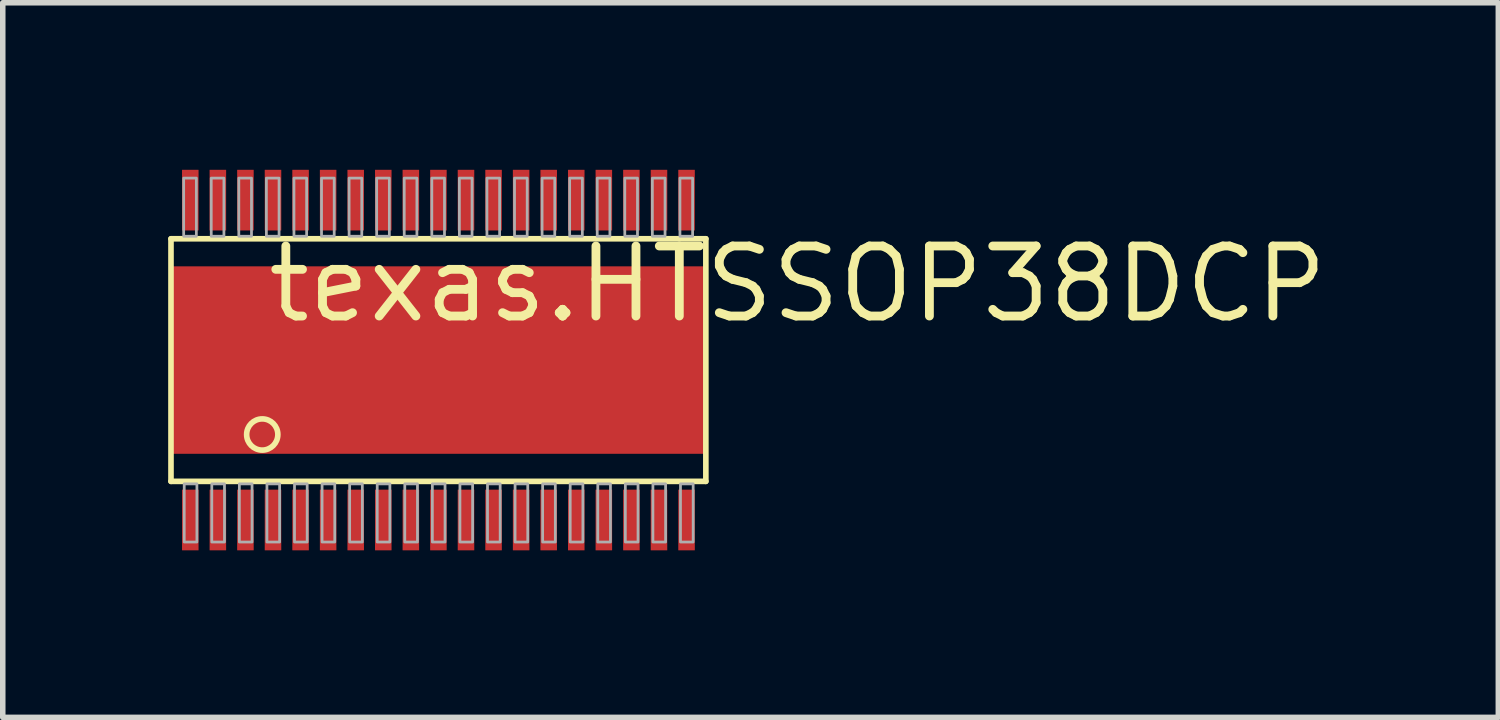
<source format=kicad_pcb>
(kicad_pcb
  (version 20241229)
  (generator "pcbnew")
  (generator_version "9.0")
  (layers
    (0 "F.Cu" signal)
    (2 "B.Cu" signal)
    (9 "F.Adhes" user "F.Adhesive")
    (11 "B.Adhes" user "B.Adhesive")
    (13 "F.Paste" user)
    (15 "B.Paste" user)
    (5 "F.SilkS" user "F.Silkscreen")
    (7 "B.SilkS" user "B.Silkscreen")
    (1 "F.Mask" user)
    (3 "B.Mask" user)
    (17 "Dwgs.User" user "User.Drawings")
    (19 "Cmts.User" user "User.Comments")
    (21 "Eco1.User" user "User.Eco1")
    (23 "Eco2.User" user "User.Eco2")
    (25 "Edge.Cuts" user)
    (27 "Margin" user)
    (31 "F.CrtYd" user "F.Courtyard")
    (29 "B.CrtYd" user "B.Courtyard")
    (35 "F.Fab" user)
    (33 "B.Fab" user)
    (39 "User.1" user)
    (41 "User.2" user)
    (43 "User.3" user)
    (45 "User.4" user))
  (footprint "texas.HTSSOP38DCP"
    (layer "F.Cu")
    (at 4.901 3.48)
    (property "Reference" "texas.HTSSOP38DCP" (at -3.175 -0.635 0) (layer "F.SilkS") (effects (font (size 1.27 1.27) (thickness 0.16)) (justify left bottom)))
    (attr smd)
    (fp_rect (start -4.85 1.7) (end 4.85 -1.7) (stroke (width 0.05) (type default)) (fill yes) (layer "F.Mask"))
    (fp_rect (start -4.655 -2.345) (end -4.345 -3.455) (stroke (width 0.05) (type default)) (fill yes) (layer "F.Mask"))
    (fp_rect (start -4.655 3.455) (end -4.345 2.345) (stroke (width 0.05) (type default)) (fill yes) (layer "F.Mask"))
    (fp_rect (start -4.155 -2.345) (end -3.845 -3.455) (stroke (width 0.05) (type default)) (fill yes) (layer "F.Mask"))
    (fp_rect (start -4.155 3.455) (end -3.845 2.345) (stroke (width 0.05) (type default)) (fill yes) (layer "F.Mask"))
    (fp_rect (start -3.655 -2.345) (end -3.345 -3.455) (stroke (width 0.05) (type default)) (fill yes) (layer "F.Mask"))
    (fp_rect (start -3.655 3.455) (end -3.345 2.345) (stroke (width 0.05) (type default)) (fill yes) (layer "F.Mask"))
    (fp_rect (start -3.155 -2.345) (end -2.845 -3.455) (stroke (width 0.05) (type default)) (fill yes) (layer "F.Mask"))
    (fp_rect (start -3.155 3.455) (end -2.845 2.345) (stroke (width 0.05) (type default)) (fill yes) (layer "F.Mask"))
    (fp_rect (start -2.655 -2.345) (end -2.345 -3.455) (stroke (width 0.05) (type default)) (fill yes) (layer "F.Mask"))
    (fp_rect (start -2.655 3.455) (end -2.345 2.345) (stroke (width 0.05) (type default)) (fill yes) (layer "F.Mask"))
    (fp_rect (start -2.155 -2.345) (end -1.845 -3.455) (stroke (width 0.05) (type default)) (fill yes) (layer "F.Mask"))
    (fp_rect (start -2.155 3.455) (end -1.845 2.345) (stroke (width 0.05) (type default)) (fill yes) (layer "F.Mask"))
    (fp_rect (start -1.655 -2.345) (end -1.345 -3.455) (stroke (width 0.05) (type default)) (fill yes) (layer "F.Mask"))
    (fp_rect (start -1.655 3.455) (end -1.345 2.345) (stroke (width 0.05) (type default)) (fill yes) (layer "F.Mask"))
    (fp_rect (start -1.155 -2.345) (end -0.845 -3.455) (stroke (width 0.05) (type default)) (fill yes) (layer "F.Mask"))
    (fp_rect (start -1.155 3.455) (end -0.845 2.345) (stroke (width 0.05) (type default)) (fill yes) (layer "F.Mask"))
    (fp_rect (start -0.655 -2.345) (end -0.345 -3.455) (stroke (width 0.05) (type default)) (fill yes) (layer "F.Mask"))
    (fp_rect (start -0.655 3.455) (end -0.345 2.345) (stroke (width 0.05) (type default)) (fill yes) (layer "F.Mask"))
    (fp_rect (start -0.155 -2.345) (end 0.155 -3.455) (stroke (width 0.05) (type default)) (fill yes) (layer "F.Mask"))
    (fp_rect (start -0.155 3.455) (end 0.155 2.345) (stroke (width 0.05) (type default)) (fill yes) (layer "F.Mask"))
    (fp_rect (start 0.345 -2.345) (end 0.655 -3.455) (stroke (width 0.05) (type default)) (fill yes) (layer "F.Mask"))
    (fp_rect (start 0.345 3.455) (end 0.655 2.345) (stroke (width 0.05) (type default)) (fill yes) (layer "F.Mask"))
    (fp_rect (start 0.845 -2.345) (end 1.155 -3.455) (stroke (width 0.05) (type default)) (fill yes) (layer "F.Mask"))
    (fp_rect (start 0.845 3.455) (end 1.155 2.345) (stroke (width 0.05) (type default)) (fill yes) (layer "F.Mask"))
    (fp_rect (start 1.345 -2.345) (end 1.655 -3.455) (stroke (width 0.05) (type default)) (fill yes) (layer "F.Mask"))
    (fp_rect (start 1.345 3.455) (end 1.655 2.345) (stroke (width 0.05) (type default)) (fill yes) (layer "F.Mask"))
    (fp_rect (start 1.845 -2.345) (end 2.155 -3.455) (stroke (width 0.05) (type default)) (fill yes) (layer "F.Mask"))
    (fp_rect (start 1.845 3.455) (end 2.155 2.345) (stroke (width 0.05) (type default)) (fill yes) (layer "F.Mask"))
    (fp_rect (start 2.345 -2.345) (end 2.655 -3.455) (stroke (width 0.05) (type default)) (fill yes) (layer "F.Mask"))
    (fp_rect (start 2.345 3.455) (end 2.655 2.345) (stroke (width 0.05) (type default)) (fill yes) (layer "F.Mask"))
    (fp_rect (start 2.845 -2.345) (end 3.155 -3.455) (stroke (width 0.05) (type default)) (fill yes) (layer "F.Mask"))
    (fp_rect (start 2.845 3.455) (end 3.155 2.345) (stroke (width 0.05) (type default)) (fill yes) (layer "F.Mask"))
    (fp_rect (start 3.345 -2.345) (end 3.655 -3.455) (stroke (width 0.05) (type default)) (fill yes) (layer "F.Mask"))
    (fp_rect (start 3.345 3.455) (end 3.655 2.345) (stroke (width 0.05) (type default)) (fill yes) (layer "F.Mask"))
    (fp_rect (start 3.845 -2.345) (end 4.155 -3.455) (stroke (width 0.05) (type default)) (fill yes) (layer "F.Mask"))
    (fp_rect (start 3.845 3.455) (end 4.155 2.345) (stroke (width 0.05) (type default)) (fill yes) (layer "F.Mask"))
    (fp_rect (start 4.345 -2.345) (end 4.655 -3.455) (stroke (width 0.05) (type default)) (fill yes) (layer "F.Mask"))
    (fp_rect (start 4.345 3.455) (end 4.655 2.345) (stroke (width 0.05) (type default)) (fill yes) (layer "F.Mask"))
    (fp_line (start -4.85 -2.2) (end 4.85 -2.2) (stroke (width 0.102) (type default)) (layer "F.SilkS"))
    (fp_line (start -4.85 2.2) (end -4.85 -2.2) (stroke (width 0.102) (type default)) (layer "F.SilkS"))
    (fp_line (start 4.85 -2.2) (end 4.85 2.2) (stroke (width 0.102) (type default)) (layer "F.SilkS"))
    (fp_line (start 4.85 2.2) (end -4.85 2.2) (stroke (width 0.102) (type default)) (layer "F.SilkS"))
    (fp_circle (center -3.195 1.35) (end -2.912 1.35) (stroke (width 0.102) (type default)) (fill no) (layer "F.SilkS"))
    (fp_rect (start -4.64 -2.365) (end -4.36 -3.435) (stroke (width 0.05) (type default)) (fill yes) (layer "F.Paste"))
    (fp_rect (start -4.64 3.435) (end -4.36 2.365) (stroke (width 0.05) (type default)) (fill yes) (layer "F.Paste"))
    (fp_rect (start -4.14 -2.365) (end -3.86 -3.435) (stroke (width 0.05) (type default)) (fill yes) (layer "F.Paste"))
    (fp_rect (start -4.14 3.435) (end -3.86 2.365) (stroke (width 0.05) (type default)) (fill yes) (layer "F.Paste"))
    (fp_rect (start -3.64 -2.365) (end -3.36 -3.435) (stroke (width 0.05) (type default)) (fill yes) (layer "F.Paste"))
    (fp_rect (start -3.64 3.435) (end -3.36 2.365) (stroke (width 0.05) (type default)) (fill yes) (layer "F.Paste"))
    (fp_rect (start -3.14 -2.365) (end -2.86 -3.435) (stroke (width 0.05) (type default)) (fill yes) (layer "F.Paste"))
    (fp_rect (start -3.14 3.435) (end -2.86 2.365) (stroke (width 0.05) (type default)) (fill yes) (layer "F.Paste"))
    (fp_rect (start -2.64 -2.365) (end -2.36 -3.435) (stroke (width 0.05) (type default)) (fill yes) (layer "F.Paste"))
    (fp_rect (start -2.64 3.435) (end -2.36 2.365) (stroke (width 0.05) (type default)) (fill yes) (layer "F.Paste"))
    (fp_rect (start -2.14 -2.365) (end -1.86 -3.435) (stroke (width 0.05) (type default)) (fill yes) (layer "F.Paste"))
    (fp_rect (start -2.14 3.435) (end -1.86 2.365) (stroke (width 0.05) (type default)) (fill yes) (layer "F.Paste"))
    (fp_rect (start -1.64 -2.365) (end -1.36 -3.435) (stroke (width 0.05) (type default)) (fill yes) (layer "F.Paste"))
    (fp_rect (start -1.64 3.435) (end -1.36 2.365) (stroke (width 0.05) (type default)) (fill yes) (layer "F.Paste"))
    (fp_rect (start -1.14 -2.365) (end -0.86 -3.435) (stroke (width 0.05) (type default)) (fill yes) (layer "F.Paste"))
    (fp_rect (start -1.14 3.435) (end -0.86 2.365) (stroke (width 0.05) (type default)) (fill yes) (layer "F.Paste"))
    (fp_rect (start -0.64 -2.365) (end -0.36 -3.435) (stroke (width 0.05) (type default)) (fill yes) (layer "F.Paste"))
    (fp_rect (start -0.64 3.435) (end -0.36 2.365) (stroke (width 0.05) (type default)) (fill yes) (layer "F.Paste"))
    (fp_rect (start -0.14 -2.365) (end 0.14 -3.435) (stroke (width 0.05) (type default)) (fill yes) (layer "F.Paste"))
    (fp_rect (start -0.14 3.435) (end 0.14 2.365) (stroke (width 0.05) (type default)) (fill yes) (layer "F.Paste"))
    (fp_rect (start 0.36 -2.365) (end 0.64 -3.435) (stroke (width 0.05) (type default)) (fill yes) (layer "F.Paste"))
    (fp_rect (start 0.36 3.435) (end 0.64 2.365) (stroke (width 0.05) (type default)) (fill yes) (layer "F.Paste"))
    (fp_rect (start 0.86 -2.365) (end 1.14 -3.435) (stroke (width 0.05) (type default)) (fill yes) (layer "F.Paste"))
    (fp_rect (start 0.86 3.435) (end 1.14 2.365) (stroke (width 0.05) (type default)) (fill yes) (layer "F.Paste"))
    (fp_rect (start 1.36 -2.365) (end 1.64 -3.435) (stroke (width 0.05) (type default)) (fill yes) (layer "F.Paste"))
    (fp_rect (start 1.36 3.435) (end 1.64 2.365) (stroke (width 0.05) (type default)) (fill yes) (layer "F.Paste"))
    (fp_rect (start 1.86 -2.365) (end 2.14 -3.435) (stroke (width 0.05) (type default)) (fill yes) (layer "F.Paste"))
    (fp_rect (start 1.86 3.435) (end 2.14 2.365) (stroke (width 0.05) (type default)) (fill yes) (layer "F.Paste"))
    (fp_rect (start 2.36 -2.365) (end 2.64 -3.435) (stroke (width 0.05) (type default)) (fill yes) (layer "F.Paste"))
    (fp_rect (start 2.36 3.435) (end 2.64 2.365) (stroke (width 0.05) (type default)) (fill yes) (layer "F.Paste"))
    (fp_rect (start 2.86 -2.365) (end 3.14 -3.435) (stroke (width 0.05) (type default)) (fill yes) (layer "F.Paste"))
    (fp_rect (start 2.86 3.435) (end 3.14 2.365) (stroke (width 0.05) (type default)) (fill yes) (layer "F.Paste"))
    (fp_rect (start 3.36 -2.365) (end 3.64 -3.435) (stroke (width 0.05) (type default)) (fill yes) (layer "F.Paste"))
    (fp_rect (start 3.36 3.435) (end 3.64 2.365) (stroke (width 0.05) (type default)) (fill yes) (layer "F.Paste"))
    (fp_rect (start 3.86 -2.365) (end 4.14 -3.435) (stroke (width 0.05) (type default)) (fill yes) (layer "F.Paste"))
    (fp_rect (start 3.86 3.435) (end 4.14 2.365) (stroke (width 0.05) (type default)) (fill yes) (layer "F.Paste"))
    (fp_rect (start 4.36 -2.365) (end 4.64 -3.435) (stroke (width 0.05) (type default)) (fill yes) (layer "F.Paste"))
    (fp_rect (start 4.36 3.435) (end 4.64 2.365) (stroke (width 0.05) (type default)) (fill yes) (layer "F.Paste"))
    (fp_rect (start -4.62 -2.245) (end -4.39 -3.3) (stroke (width 0.05) (type default)) (fill no) (layer "F.Fab"))
    (fp_rect (start -4.61 3.3) (end -4.38 2.245) (stroke (width 0.05) (type default)) (fill no) (layer "F.Fab"))
    (fp_rect (start -4.12 -2.245) (end -3.89 -3.3) (stroke (width 0.05) (type default)) (fill no) (layer "F.Fab"))
    (fp_rect (start -4.11 3.3) (end -3.88 2.245) (stroke (width 0.05) (type default)) (fill no) (layer "F.Fab"))
    (fp_rect (start -3.62 -2.245) (end -3.39 -3.3) (stroke (width 0.05) (type default)) (fill no) (layer "F.Fab"))
    (fp_rect (start -3.61 3.3) (end -3.38 2.245) (stroke (width 0.05) (type default)) (fill no) (layer "F.Fab"))
    (fp_rect (start -3.12 -2.245) (end -2.89 -3.3) (stroke (width 0.05) (type default)) (fill no) (layer "F.Fab"))
    (fp_rect (start -3.11 3.3) (end -2.88 2.245) (stroke (width 0.05) (type default)) (fill no) (layer "F.Fab"))
    (fp_rect (start -2.62 -2.245) (end -2.39 -3.3) (stroke (width 0.05) (type default)) (fill no) (layer "F.Fab"))
    (fp_rect (start -2.61 3.3) (end -2.38 2.245) (stroke (width 0.05) (type default)) (fill no) (layer "F.Fab"))
    (fp_rect (start -2.12 -2.245) (end -1.89 -3.3) (stroke (width 0.05) (type default)) (fill no) (layer "F.Fab"))
    (fp_rect (start -2.11 3.3) (end -1.88 2.245) (stroke (width 0.05) (type default)) (fill no) (layer "F.Fab"))
    (fp_rect (start -1.62 -2.245) (end -1.39 -3.3) (stroke (width 0.05) (type default)) (fill no) (layer "F.Fab"))
    (fp_rect (start -1.61 3.3) (end -1.38 2.245) (stroke (width 0.05) (type default)) (fill no) (layer "F.Fab"))
    (fp_rect (start -1.12 -2.245) (end -0.89 -3.3) (stroke (width 0.05) (type default)) (fill no) (layer "F.Fab"))
    (fp_rect (start -1.11 3.3) (end -0.88 2.245) (stroke (width 0.05) (type default)) (fill no) (layer "F.Fab"))
    (fp_rect (start -0.62 -2.245) (end -0.39 -3.3) (stroke (width 0.05) (type default)) (fill no) (layer "F.Fab"))
    (fp_rect (start -0.61 3.3) (end -0.38 2.245) (stroke (width 0.05) (type default)) (fill no) (layer "F.Fab"))
    (fp_rect (start -0.12 -2.245) (end 0.11 -3.3) (stroke (width 0.05) (type default)) (fill no) (layer "F.Fab"))
    (fp_rect (start -0.11 3.3) (end 0.12 2.245) (stroke (width 0.05) (type default)) (fill no) (layer "F.Fab"))
    (fp_rect (start 0.38 -2.245) (end 0.61 -3.3) (stroke (width 0.05) (type default)) (fill no) (layer "F.Fab"))
    (fp_rect (start 0.39 3.3) (end 0.62 2.245) (stroke (width 0.05) (type default)) (fill no) (layer "F.Fab"))
    (fp_rect (start 0.88 -2.245) (end 1.11 -3.3) (stroke (width 0.05) (type default)) (fill no) (layer "F.Fab"))
    (fp_rect (start 0.89 3.3) (end 1.12 2.245) (stroke (width 0.05) (type default)) (fill no) (layer "F.Fab"))
    (fp_rect (start 1.38 -2.245) (end 1.61 -3.3) (stroke (width 0.05) (type default)) (fill no) (layer "F.Fab"))
    (fp_rect (start 1.39 3.3) (end 1.62 2.245) (stroke (width 0.05) (type default)) (fill no) (layer "F.Fab"))
    (fp_rect (start 1.88 -2.245) (end 2.11 -3.3) (stroke (width 0.05) (type default)) (fill no) (layer "F.Fab"))
    (fp_rect (start 1.89 3.3) (end 2.12 2.245) (stroke (width 0.05) (type default)) (fill no) (layer "F.Fab"))
    (fp_rect (start 2.38 -2.245) (end 2.61 -3.3) (stroke (width 0.05) (type default)) (fill no) (layer "F.Fab"))
    (fp_rect (start 2.39 3.3) (end 2.62 2.245) (stroke (width 0.05) (type default)) (fill no) (layer "F.Fab"))
    (fp_rect (start 2.88 -2.245) (end 3.11 -3.3) (stroke (width 0.05) (type default)) (fill no) (layer "F.Fab"))
    (fp_rect (start 2.89 3.3) (end 3.12 2.245) (stroke (width 0.05) (type default)) (fill no) (layer "F.Fab"))
    (fp_rect (start 3.38 -2.245) (end 3.61 -3.3) (stroke (width 0.05) (type default)) (fill no) (layer "F.Fab"))
    (fp_rect (start 3.39 3.3) (end 3.62 2.245) (stroke (width 0.05) (type default)) (fill no) (layer "F.Fab"))
    (fp_rect (start 3.88 -2.245) (end 4.11 -3.3) (stroke (width 0.05) (type default)) (fill no) (layer "F.Fab"))
    (fp_rect (start 3.89 3.3) (end 4.12 2.245) (stroke (width 0.05) (type default)) (fill no) (layer "F.Fab"))
    (fp_rect (start 4.38 -2.245) (end 4.61 -3.3) (stroke (width 0.05) (type default)) (fill no) (layer "F.Fab"))
    (fp_rect (start 4.39 3.3) (end 4.62 2.245) (stroke (width 0.05) (type default)) (fill no) (layer "F.Fab"))
    (pad "1" smd roundrect (at -4.5 2.9) (size 0.3 1.1) (layers "F.Cu" "F.Mask" "F.Paste") (roundrect_rratio 0.01))
    (pad "2" smd roundrect (at -4 2.9) (size 0.3 1.1) (layers "F.Cu" "F.Mask" "F.Paste") (roundrect_rratio 0.01))
    (pad "3" smd roundrect (at -3.5 2.9) (size 0.3 1.1) (layers "F.Cu" "F.Mask" "F.Paste") (roundrect_rratio 0.01))
    (pad "4" smd roundrect (at -3 2.9) (size 0.3 1.1) (layers "F.Cu" "F.Mask" "F.Paste") (roundrect_rratio 0.01))
    (pad "5" smd roundrect (at -2.5 2.9) (size 0.3 1.1) (layers "F.Cu" "F.Mask" "F.Paste") (roundrect_rratio 0.01))
    (pad "6" smd roundrect (at -2 2.9) (size 0.3 1.1) (layers "F.Cu" "F.Mask" "F.Paste") (roundrect_rratio 0.01))
    (pad "7" smd roundrect (at -1.5 2.9) (size 0.3 1.1) (layers "F.Cu" "F.Mask" "F.Paste") (roundrect_rratio 0.01))
    (pad "8" smd roundrect (at -1 2.9) (size 0.3 1.1) (layers "F.Cu" "F.Mask" "F.Paste") (roundrect_rratio 0.01))
    (pad "9" smd roundrect (at -0.5 2.9) (size 0.3 1.1) (layers "F.Cu" "F.Mask" "F.Paste") (roundrect_rratio 0.01))
    (pad "10" smd roundrect (at 0 2.9) (size 0.3 1.1) (layers "F.Cu" "F.Mask" "F.Paste") (roundrect_rratio 0.01))
    (pad "11" smd roundrect (at 0.5 2.9) (size 0.3 1.1) (layers "F.Cu" "F.Mask" "F.Paste") (roundrect_rratio 0.01))
    (pad "12" smd roundrect (at 1 2.9) (size 0.3 1.1) (layers "F.Cu" "F.Mask" "F.Paste") (roundrect_rratio 0.01))
    (pad "13" smd roundrect (at 1.5 2.9) (size 0.3 1.1) (layers "F.Cu" "F.Mask" "F.Paste") (roundrect_rratio 0.01))
    (pad "14" smd roundrect (at 2 2.9) (size 0.3 1.1) (layers "F.Cu" "F.Mask" "F.Paste") (roundrect_rratio 0.01))
    (pad "15" smd roundrect (at 2.5 2.9) (size 0.3 1.1) (layers "F.Cu" "F.Mask" "F.Paste") (roundrect_rratio 0.01))
    (pad "16" smd roundrect (at 3 2.9) (size 0.3 1.1) (layers "F.Cu" "F.Mask" "F.Paste") (roundrect_rratio 0.01))
    (pad "17" smd roundrect (at 3.5 2.9) (size 0.3 1.1) (layers "F.Cu" "F.Mask" "F.Paste") (roundrect_rratio 0.01))
    (pad "18" smd roundrect (at 4 2.9) (size 0.3 1.1) (layers "F.Cu" "F.Mask" "F.Paste") (roundrect_rratio 0.01))
    (pad "19" smd roundrect (at 4.5 2.9) (size 0.3 1.1) (layers "F.Cu" "F.Mask" "F.Paste") (roundrect_rratio 0.01))
    (pad "20" smd roundrect (at 4.5 -2.9 180) (size 0.3 1.1) (layers "F.Cu" "F.Mask" "F.Paste") (roundrect_rratio 0.01))
    (pad "21" smd roundrect (at 4 -2.9 180) (size 0.3 1.1) (layers "F.Cu" "F.Mask" "F.Paste") (roundrect_rratio 0.01))
    (pad "22" smd roundrect (at 3.5 -2.9 180) (size 0.3 1.1) (layers "F.Cu" "F.Mask" "F.Paste") (roundrect_rratio 0.01))
    (pad "23" smd roundrect (at 3 -2.9 180) (size 0.3 1.1) (layers "F.Cu" "F.Mask" "F.Paste") (roundrect_rratio 0.01))
    (pad "24" smd roundrect (at 2.5 -2.9 180) (size 0.3 1.1) (layers "F.Cu" "F.Mask" "F.Paste") (roundrect_rratio 0.01))
    (pad "25" smd roundrect (at 2 -2.9 180) (size 0.3 1.1) (layers "F.Cu" "F.Mask" "F.Paste") (roundrect_rratio 0.01))
    (pad "26" smd roundrect (at 1.5 -2.9 180) (size 0.3 1.1) (layers "F.Cu" "F.Mask" "F.Paste") (roundrect_rratio 0.01))
    (pad "27" smd roundrect (at 1 -2.9 180) (size 0.3 1.1) (layers "F.Cu" "F.Mask" "F.Paste") (roundrect_rratio 0.01))
    (pad "28" smd roundrect (at 0.5 -2.9 180) (size 0.3 1.1) (layers "F.Cu" "F.Mask" "F.Paste") (roundrect_rratio 0.01))
    (pad "29" smd roundrect (at 0 -2.9 180) (size 0.3 1.1) (layers "F.Cu" "F.Mask" "F.Paste") (roundrect_rratio 0.01))
    (pad "30" smd roundrect (at -0.5 -2.9 180) (size 0.3 1.1) (layers "F.Cu" "F.Mask" "F.Paste") (roundrect_rratio 0.01))
    (pad "31" smd roundrect (at -1 -2.9 180) (size 0.3 1.1) (layers "F.Cu" "F.Mask" "F.Paste") (roundrect_rratio 0.01))
    (pad "32" smd roundrect (at -1.5 -2.9 180) (size 0.3 1.1) (layers "F.Cu" "F.Mask" "F.Paste") (roundrect_rratio 0.01))
    (pad "33" smd roundrect (at -2 -2.9 180) (size 0.3 1.1) (layers "F.Cu" "F.Mask" "F.Paste") (roundrect_rratio 0.01))
    (pad "34" smd roundrect (at -2.5 -2.9 180) (size 0.3 1.1) (layers "F.Cu" "F.Mask" "F.Paste") (roundrect_rratio 0.01))
    (pad "35" smd roundrect (at -3 -2.9 180) (size 0.3 1.1) (layers "F.Cu" "F.Mask" "F.Paste") (roundrect_rratio 0.01))
    (pad "36" smd roundrect (at -3.5 -2.9 180) (size 0.3 1.1) (layers "F.Cu" "F.Mask" "F.Paste") (roundrect_rratio 0.01))
    (pad "37" smd roundrect (at -4 -2.9 180) (size 0.3 1.1) (layers "F.Cu" "F.Mask" "F.Paste") (roundrect_rratio 0.01))
    (pad "38" smd roundrect (at -4.5 -2.9 180) (size 0.3 1.1) (layers "F.Cu" "F.Mask" "F.Paste") (roundrect_rratio 0.01))
    (pad "EXP@1" smd roundrect (at 0 0) (size 9.7 3.4) (layers "F.Cu" "F.Mask" "F.Paste") (roundrect_rratio 0.01)))
  (gr_rect
    (start -3 -3)
    (end 24.123 9.96)
    (stroke (width 0.1) (type default))
    (fill no)
    (layer "Edge.Cuts")))
</source>
